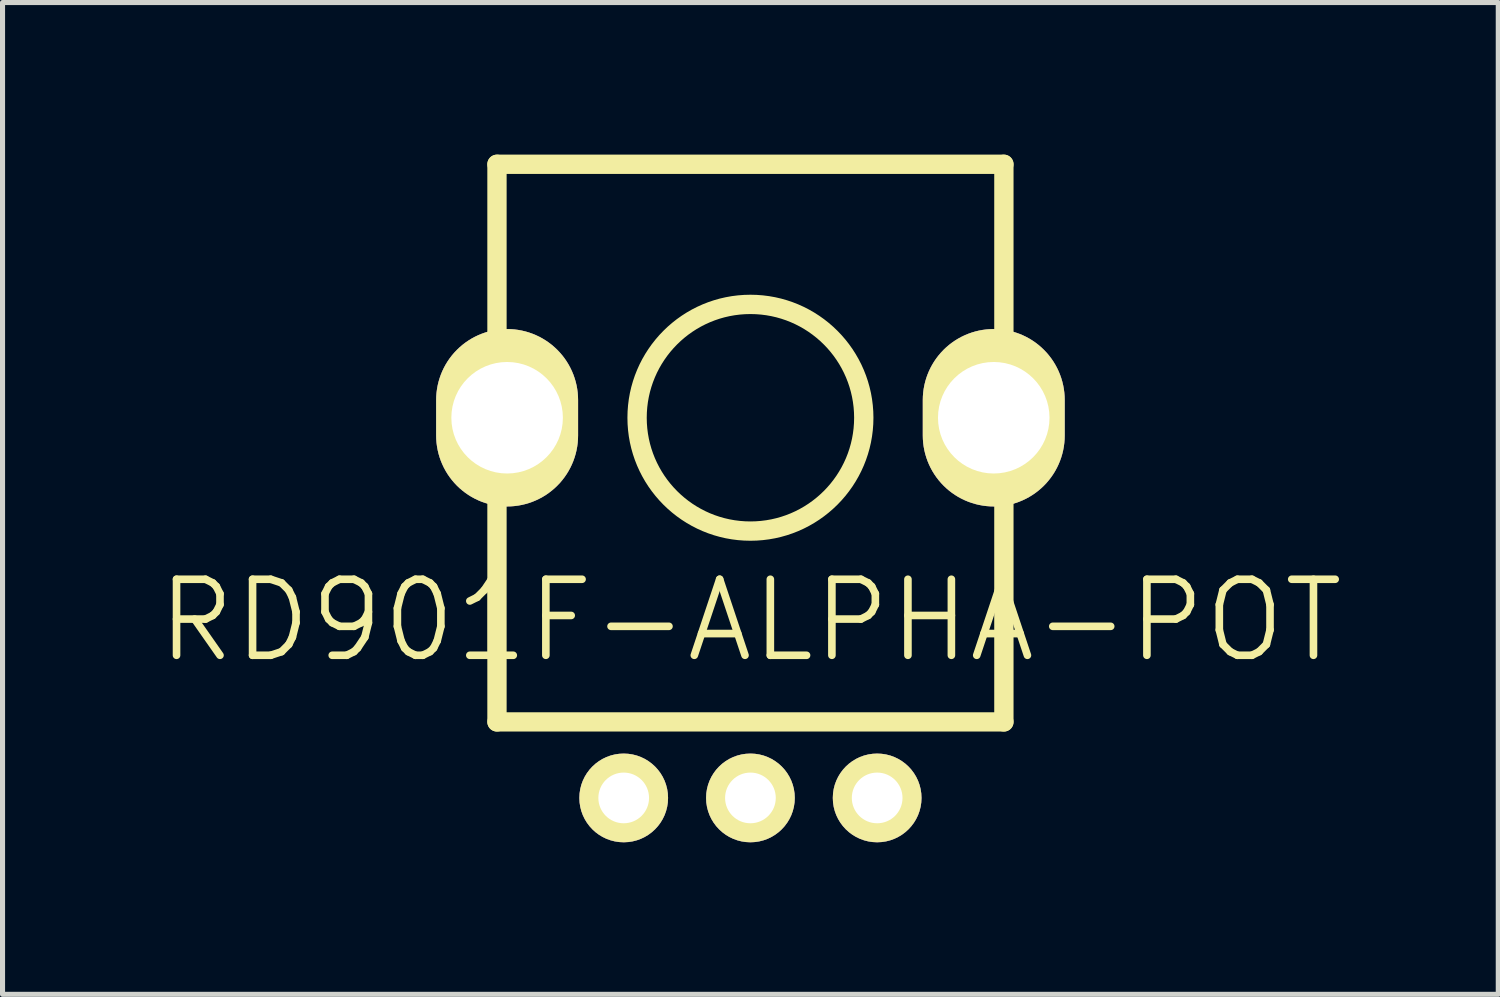
<source format=kicad_pcb>
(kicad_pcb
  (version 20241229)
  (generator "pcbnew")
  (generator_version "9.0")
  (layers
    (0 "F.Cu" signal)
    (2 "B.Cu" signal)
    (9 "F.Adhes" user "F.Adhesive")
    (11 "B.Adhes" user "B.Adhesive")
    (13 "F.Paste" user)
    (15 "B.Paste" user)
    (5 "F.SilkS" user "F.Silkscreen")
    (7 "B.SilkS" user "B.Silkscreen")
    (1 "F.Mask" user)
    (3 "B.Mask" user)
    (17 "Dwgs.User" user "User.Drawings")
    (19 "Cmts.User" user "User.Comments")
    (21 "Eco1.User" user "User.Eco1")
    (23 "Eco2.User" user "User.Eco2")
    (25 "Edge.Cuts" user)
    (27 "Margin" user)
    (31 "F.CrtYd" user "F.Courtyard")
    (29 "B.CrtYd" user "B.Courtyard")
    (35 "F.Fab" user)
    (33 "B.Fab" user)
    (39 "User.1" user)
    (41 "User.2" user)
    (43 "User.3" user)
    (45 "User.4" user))
  (footprint "RD901F-ALPHA-POT"
    (layer "F.Cu")
    (at 11.754 5.191)
    (property "Reference" "RD901F-ALPHA-POT" (at 0 4 0) (layer "F.SilkS") (effects (font (size 1.5 1.5) (thickness 0.15))))
    (attr through_hole)
    (fp_line (start -5 -5) (end 5 -5) (stroke (width 0.381) (type solid)) (layer "F.SilkS"))
    (fp_line (start -5 0) (end -5 -5) (stroke (width 0.381) (type solid)) (layer "F.SilkS"))
    (fp_line (start -5 6) (end -5 0) (stroke (width 0.381) (type solid)) (layer "F.SilkS"))
    (fp_line (start 5 -5) (end 5 6) (stroke (width 0.381) (type solid)) (layer "F.SilkS"))
    (fp_line (start 5 6) (end -5 6) (stroke (width 0.381) (type solid)) (layer "F.SilkS"))
    (fp_circle (center 0 0) (end 1 2) (stroke (width 0.381) (type solid)) (fill no) (layer "F.SilkS"))
    (pad "" thru_hole oval (at -4.8 0) (size 2.8 3.5) (drill 2.2) (layers "*.Cu" "*.Mask" "F.SilkS"))
    (pad "" thru_hole oval (at 4.8 0) (size 2.8 3.5) (drill 2.2) (layers "*.Cu" "*.Mask" "F.SilkS"))
    (pad "1" thru_hole circle (at -2.5 7.5) (size 1.75 1.75) (drill 1) (layers "*.Cu" "*.Mask" "F.SilkS"))
    (pad "2" thru_hole circle (at 0 7.5) (size 1.75 1.75) (drill 1) (layers "*.Cu" "*.Mask" "F.SilkS"))
    (pad "3" thru_hole circle (at 2.5 7.5) (size 1.75 1.75) (drill 1) (layers "*.Cu" "*.Mask" "F.SilkS")))
  (gr_rect
    (start -3 -3)
    (end 26.507 16.566)
    (stroke (width 0.1) (type default))
    (fill no)
    (layer "Edge.Cuts")))
</source>
